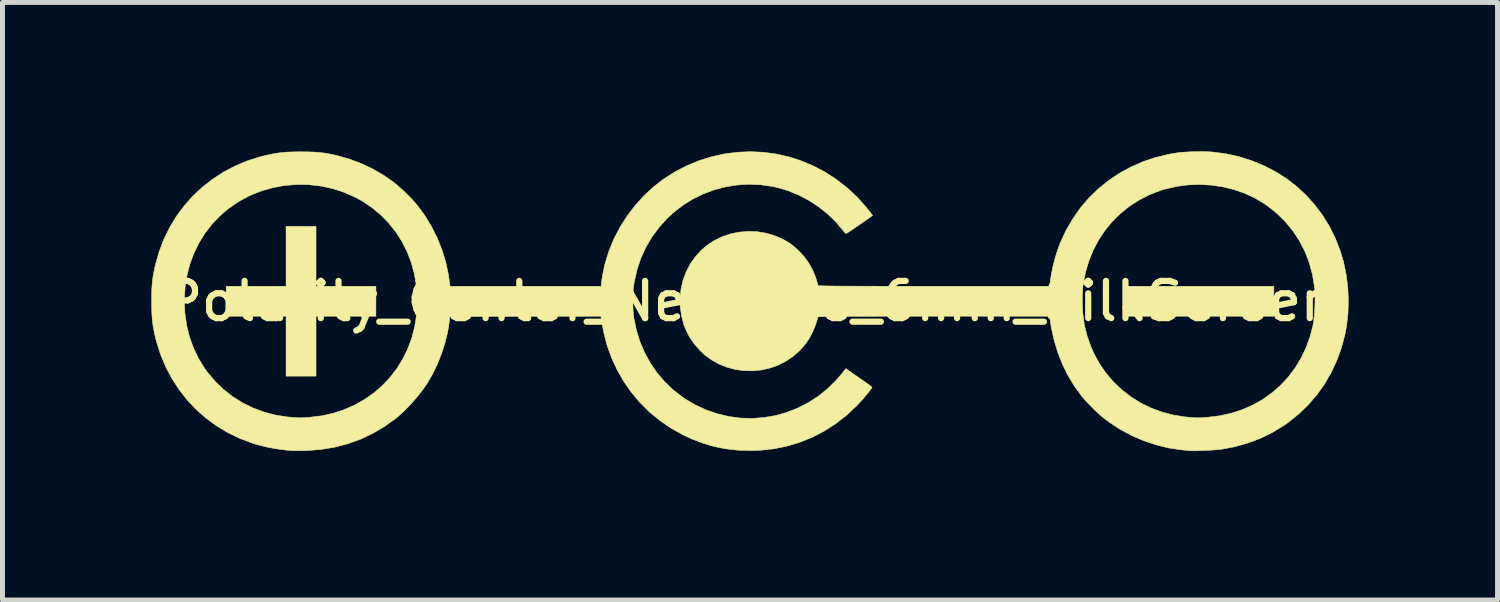
<source format=kicad_pcb>
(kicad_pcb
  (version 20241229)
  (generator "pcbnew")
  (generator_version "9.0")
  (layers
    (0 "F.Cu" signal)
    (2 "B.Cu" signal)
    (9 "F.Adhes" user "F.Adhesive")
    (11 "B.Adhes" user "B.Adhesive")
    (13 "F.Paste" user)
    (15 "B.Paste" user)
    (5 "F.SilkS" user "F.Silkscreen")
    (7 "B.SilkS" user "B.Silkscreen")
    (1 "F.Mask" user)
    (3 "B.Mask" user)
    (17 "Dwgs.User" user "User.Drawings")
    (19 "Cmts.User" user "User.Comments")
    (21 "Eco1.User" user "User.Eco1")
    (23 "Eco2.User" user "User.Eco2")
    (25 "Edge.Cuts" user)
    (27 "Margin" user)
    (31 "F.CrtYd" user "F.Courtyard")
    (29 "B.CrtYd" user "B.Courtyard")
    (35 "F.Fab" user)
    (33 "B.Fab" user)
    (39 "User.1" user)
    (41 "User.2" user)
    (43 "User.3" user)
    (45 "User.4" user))
  (footprint "Polarity_Center_Negative_6mm_SilkScreen"
    (layer "F.Cu")
    (at 12.057 3.02)
    (property "Reference" "Polarity_Center_Negative_6mm_SilkScreen" (at 0 0 0) (layer "F.SilkS") (effects (font (size 0.75 0.75) (thickness 0.125))))
    (attr exclude_from_pos_files exclude_from_bom allow_missing_courtyard)
    (fp_poly (pts (xy 10.562 0.302) (xy 7.545 0.302) (xy 7.545 -0.302) (xy 10.562 -0.302) (xy 10.562 0.302)) (stroke (width 0.01) (type solid)) (fill yes) (layer "F.SilkS"))
    (fp_poly (pts (xy -8.739 -0.302) (xy -7.532 -0.302) (xy -7.532 0.302) (xy -8.739 0.302) (xy -8.739 1.509) (xy -9.343 1.509) (xy -9.343 0.302) (xy -10.55 0.302) (xy -10.55 -0.302) (xy -9.343 -0.302) (xy -9.343 -1.509) (xy -8.739 -1.509) (xy -8.739 -0.302)) (stroke (width 0.01) (type solid)) (fill yes) (layer "F.SilkS"))
    (fp_poly (pts (xy 9.175 -3.015) (xy 9.284 -3.01) (xy 9.337 -3.006) (xy 9.605 -2.97) (xy 9.869 -2.911) (xy 10.125 -2.829) (xy 10.371 -2.727) (xy 10.606 -2.605) (xy 10.827 -2.464) (xy 11.002 -2.329) (xy 11.202 -2.146) (xy 11.382 -1.947) (xy 11.543 -1.733) (xy 11.684 -1.505) (xy 11.803 -1.264) (xy 11.901 -1.012) (xy 11.965 -0.798) (xy 12.018 -0.544) (xy 12.052 -0.282) (xy 12.064 -0.017) (xy 12.056 0.245) (xy 12.027 0.501) (xy 11.995 0.671) (xy 11.923 0.94) (xy 11.83 1.197) (xy 11.715 1.442) (xy 11.581 1.673) (xy 11.426 1.889) (xy 11.252 2.091) (xy 11.06 2.275) (xy 10.85 2.443) (xy 10.762 2.505) (xy 10.53 2.646) (xy 10.288 2.764) (xy 10.035 2.859) (xy 9.771 2.933) (xy 9.515 2.981) (xy 9.451 2.989) (xy 9.371 2.996) (xy 9.282 3.002) (xy 9.188 3.008) (xy 9.095 3.011) (xy 9.008 3.014) (xy 8.933 3.014) (xy 8.874 3.012) (xy 8.852 3.011) (xy 8.821 3.007) (xy 8.773 3.002) (xy 8.714 2.996) (xy 8.676 2.992) (xy 8.428 2.954) (xy 8.179 2.892) (xy 7.933 2.809) (xy 7.695 2.706) (xy 7.466 2.583) (xy 7.252 2.443) (xy 7.123 2.345) (xy 7.041 2.274) (xy 6.951 2.191) (xy 6.861 2.1) (xy 6.775 2.011) (xy 6.703 1.928) (xy 6.694 1.918) (xy 6.548 1.719) (xy 6.417 1.503) (xy 6.303 1.273) (xy 6.208 1.031) (xy 6.132 0.78) (xy 6.077 0.523) (xy 6.066 0.456) (xy 6.044 0.302) (xy 3.713 0.302) (xy 3.419 0.302) (xy 3.148 0.302) (xy 2.901 0.302) (xy 2.677 0.302) (xy 2.474 0.303) (xy 2.291 0.303) (xy 2.129 0.304) (xy 1.985 0.304) (xy 1.859 0.305) (xy 1.749 0.306) (xy 1.656 0.307) (xy 1.578 0.308) (xy 1.515 0.309) (xy 1.464 0.31) (xy 1.426 0.312) (xy 1.4 0.313) (xy 1.384 0.315) (xy 1.378 0.317) (xy 1.378 0.318) (xy 1.327 0.476) (xy 1.271 0.615) (xy 1.207 0.737) (xy 1.133 0.848) (xy 1.046 0.953) (xy 1.007 0.994) (xy 0.871 1.113) (xy 0.724 1.212) (xy 0.567 1.291) (xy 0.402 1.349) (xy 0.232 1.386) (xy 0.058 1.403) (xy -0.115 1.399) (xy -0.288 1.375) (xy -0.456 1.331) (xy -0.618 1.266) (xy -0.772 1.18) (xy -0.915 1.074) (xy -0.997 0.997) (xy -1.119 0.858) (xy -1.218 0.712) (xy -1.295 0.557) (xy -1.327 0.473) (xy -1.375 0.291) (xy -1.4 0.108) (xy -1.402 0.004) (xy 6.702 0.004) (xy 6.713 0.248) (xy 6.745 0.48) (xy 6.8 0.704) (xy 6.878 0.922) (xy 6.935 1.05) (xy 7.048 1.258) (xy 7.181 1.45) (xy 7.331 1.626) (xy 7.498 1.785) (xy 7.681 1.926) (xy 7.877 2.048) (xy 8.086 2.151) (xy 8.306 2.233) (xy 8.536 2.293) (xy 8.775 2.331) (xy 8.915 2.343) (xy 8.96 2.346) (xy 9 2.348) (xy 9.016 2.349) (xy 9.04 2.349) (xy 9.083 2.347) (xy 9.14 2.344) (xy 9.205 2.34) (xy 9.219 2.339) (xy 9.466 2.309) (xy 9.703 2.257) (xy 9.929 2.183) (xy 10.143 2.089) (xy 10.343 1.975) (xy 10.53 1.841) (xy 10.702 1.69) (xy 10.857 1.522) (xy 10.995 1.337) (xy 11.115 1.137) (xy 11.216 0.923) (xy 11.297 0.695) (xy 11.349 0.49) (xy 11.365 0.396) (xy 11.377 0.284) (xy 11.386 0.16) (xy 11.391 0.033) (xy 11.392 -0.091) (xy 11.388 -0.205) (xy 11.38 -0.298) (xy 11.338 -0.545) (xy 11.274 -0.779) (xy 11.188 -1.002) (xy 11.08 -1.212) (xy 10.952 -1.409) (xy 10.803 -1.592) (xy 10.634 -1.76) (xy 10.445 -1.913) (xy 10.361 -1.971) (xy 10.169 -2.085) (xy 9.963 -2.179) (xy 9.747 -2.253) (xy 9.522 -2.307) (xy 9.291 -2.34) (xy 9.058 -2.352) (xy 8.824 -2.343) (xy 8.592 -2.312) (xy 8.366 -2.259) (xy 8.274 -2.231) (xy 8.05 -2.144) (xy 7.841 -2.036) (xy 7.645 -1.909) (xy 7.465 -1.764) (xy 7.302 -1.601) (xy 7.156 -1.423) (xy 7.028 -1.23) (xy 6.92 -1.024) (xy 6.832 -0.805) (xy 6.765 -0.575) (xy 6.72 -0.335) (xy 6.715 -0.302) (xy 6.711 -0.25) (xy 6.707 -0.181) (xy 6.704 -0.103) (xy 6.702 -0.023) (xy 6.702 0.004) (xy -1.402 0.004) (xy -1.403 -0.074) (xy -1.383 -0.253) (xy -1.342 -0.427) (xy -1.28 -0.594) (xy -1.198 -0.751) (xy -1.096 -0.896) (xy -0.976 -1.028) (xy -0.864 -1.124) (xy -0.713 -1.223) (xy -0.551 -1.302) (xy -0.381 -1.359) (xy -0.205 -1.394) (xy -0.025 -1.408) (xy 0.154 -1.401) (xy 0.332 -1.371) (xy 0.506 -1.32) (xy 0.673 -1.247) (xy 0.811 -1.166) (xy 0.853 -1.135) (xy 0.904 -1.092) (xy 0.957 -1.045) (xy 0.99 -1.014) (xy 1.099 -0.897) (xy 1.19 -0.771) (xy 1.267 -0.632) (xy 1.33 -0.478) (xy 1.378 -0.318) (xy 1.383 -0.316) (xy 1.398 -0.314) (xy 1.423 -0.312) (xy 1.459 -0.311) (xy 1.508 -0.309) (xy 1.57 -0.308) (xy 1.646 -0.307) (xy 1.737 -0.306) (xy 1.845 -0.305) (xy 1.969 -0.304) (xy 2.11 -0.304) (xy 2.271 -0.303) (xy 2.451 -0.303) (xy 2.651 -0.302) (xy 2.873 -0.302) (xy 3.117 -0.302) (xy 3.384 -0.302) (xy 3.676 -0.302) (xy 6.046 -0.302) (xy 6.054 -0.38) (xy 6.077 -0.538) (xy 6.112 -0.707) (xy 6.157 -0.879) (xy 6.208 -1.044) (xy 6.257 -1.174) (xy 6.371 -1.422) (xy 6.506 -1.655) (xy 6.659 -1.873) (xy 6.83 -2.075) (xy 7.018 -2.259) (xy 7.221 -2.425) (xy 7.44 -2.573) (xy 7.672 -2.701) (xy 7.917 -2.809) (xy 8.173 -2.896) (xy 8.44 -2.961) (xy 8.593 -2.987) (xy 8.689 -2.999) (xy 8.803 -3.007) (xy 8.927 -3.013) (xy 9.053 -3.015) (xy 9.175 -3.015)) (stroke (width 0.01) (type solid)) (fill yes) (layer "F.SilkS"))
    (fp_poly (pts (xy 0.284 -3.001) (xy 0.547 -2.965) (xy 0.807 -2.905) (xy 1.012 -2.839) (xy 1.268 -2.734) (xy 1.512 -2.606) (xy 1.744 -2.457) (xy 1.961 -2.288) (xy 2.163 -2.1) (xy 2.349 -1.893) (xy 2.443 -1.772) (xy 2.477 -1.727) (xy 2.217 -1.546) (xy 2.145 -1.496) (xy 2.079 -1.452) (xy 2.023 -1.414) (xy 1.98 -1.386) (xy 1.951 -1.369) (xy 1.941 -1.364) (xy 1.927 -1.374) (xy 1.903 -1.398) (xy 1.876 -1.432) (xy 1.733 -1.602) (xy 1.57 -1.759) (xy 1.391 -1.902) (xy 1.198 -2.028) (xy 0.995 -2.136) (xy 0.783 -2.224) (xy 0.568 -2.289) (xy 0.458 -2.313) (xy 0.217 -2.347) (xy -0.023 -2.356) (xy -0.261 -2.341) (xy -0.494 -2.303) (xy -0.722 -2.242) (xy -0.943 -2.159) (xy -1.154 -2.055) (xy -1.354 -1.929) (xy -1.542 -1.782) (xy -1.66 -1.672) (xy -1.826 -1.49) (xy -1.969 -1.296) (xy -2.091 -1.09) (xy -2.191 -0.872) (xy -2.268 -0.641) (xy -2.324 -0.398) (xy -2.334 -0.34) (xy -2.346 -0.243) (xy -2.352 -0.129) (xy -2.355 -0.007) (xy -2.353 0.115) (xy -2.347 0.229) (xy -2.336 0.328) (xy -2.334 0.338) (xy -2.284 0.58) (xy -2.212 0.813) (xy -2.118 1.035) (xy -2.003 1.244) (xy -1.869 1.44) (xy -1.716 1.62) (xy -1.545 1.784) (xy -1.356 1.931) (xy -1.308 1.964) (xy -1.098 2.088) (xy -0.88 2.189) (xy -0.654 2.267) (xy -0.423 2.322) (xy -0.189 2.354) (xy 0.047 2.361) (xy 0.283 2.344) (xy 0.518 2.304) (xy 0.735 2.244) (xy 0.963 2.155) (xy 1.178 2.045) (xy 1.381 1.915) (xy 1.569 1.764) (xy 1.741 1.595) (xy 1.845 1.474) (xy 1.938 1.357) (xy 1.997 1.399) (xy 2.026 1.42) (xy 2.071 1.451) (xy 2.128 1.491) (xy 2.193 1.536) (xy 2.26 1.583) (xy 2.323 1.627) (xy 2.378 1.666) (xy 2.422 1.698) (xy 2.451 1.72) (xy 2.464 1.732) (xy 2.465 1.732) (xy 2.457 1.749) (xy 2.434 1.781) (xy 2.401 1.825) (xy 2.359 1.877) (xy 2.311 1.934) (xy 2.261 1.993) (xy 2.21 2.049) (xy 2.162 2.1) (xy 2.144 2.118) (xy 1.941 2.307) (xy 1.724 2.474) (xy 1.496 2.62) (xy 1.257 2.743) (xy 1.009 2.843) (xy 0.751 2.92) (xy 0.486 2.974) (xy 0.214 3.004) (xy 0.013 3.01) (xy -0.244 3.001) (xy -0.486 2.974) (xy -0.719 2.927) (xy -0.947 2.86) (xy -1.175 2.772) (xy -1.349 2.691) (xy -1.587 2.558) (xy -1.811 2.404) (xy -2.02 2.232) (xy -2.212 2.041) (xy -2.386 1.834) (xy -2.541 1.611) (xy -2.676 1.374) (xy -2.789 1.127) (xy -2.878 0.876) (xy -2.944 0.619) (xy -2.97 0.477) (xy -2.998 0.302) (xy -6.042 0.308) (xy -6.051 0.396) (xy -6.084 0.609) (xy -6.137 0.829) (xy -6.207 1.05) (xy -6.292 1.265) (xy -6.39 1.469) (xy -6.494 1.647) (xy -6.592 1.789) (xy -6.704 1.931) (xy -6.825 2.07) (xy -6.95 2.199) (xy -7.074 2.313) (xy -7.133 2.362) (xy -7.359 2.524) (xy -7.594 2.663) (xy -7.838 2.778) (xy -8.093 2.871) (xy -8.357 2.94) (xy -8.631 2.986) (xy -8.914 3.009) (xy -8.972 3.01) (xy -9.049 3.012) (xy -9.12 3.012) (xy -9.181 3.012) (xy -9.227 3.012) (xy -9.248 3.01) (xy -9.419 2.991) (xy -9.571 2.969) (xy -9.71 2.943) (xy -9.843 2.912) (xy -9.976 2.874) (xy -10.041 2.853) (xy -10.291 2.758) (xy -10.529 2.641) (xy -10.754 2.504) (xy -10.965 2.349) (xy -11.161 2.175) (xy -11.34 1.984) (xy -11.501 1.777) (xy -11.644 1.556) (xy -11.768 1.322) (xy -11.871 1.075) (xy -11.953 0.817) (xy -11.97 0.752) (xy -11.995 0.641) (xy -12.015 0.541) (xy -12.03 0.446) (xy -12.041 0.351) (xy -12.047 0.249) (xy -12.051 0.134) (xy -12.052 0) (xy -12.052 -0.006) (xy -11.392 -0.006) (xy -11.381 0.243) (xy -11.346 0.486) (xy -11.288 0.719) (xy -11.208 0.942) (xy -11.106 1.155) (xy -10.982 1.356) (xy -10.929 1.429) (xy -10.776 1.61) (xy -10.607 1.774) (xy -10.423 1.918) (xy -10.225 2.043) (xy -10.015 2.148) (xy -9.794 2.231) (xy -9.565 2.292) (xy -9.33 2.33) (xy -9.236 2.338) (xy -9.177 2.342) (xy -9.126 2.346) (xy -9.088 2.348) (xy -9.072 2.349) (xy -9.051 2.349) (xy -9.01 2.347) (xy -8.955 2.344) (xy -8.89 2.34) (xy -8.872 2.339) (xy -8.627 2.309) (xy -8.393 2.257) (xy -8.169 2.184) (xy -7.956 2.09) (xy -7.757 1.977) (xy -7.571 1.846) (xy -7.401 1.698) (xy -7.246 1.533) (xy -7.108 1.354) (xy -6.989 1.16) (xy -6.888 0.954) (xy -6.808 0.735) (xy -6.749 0.505) (xy -6.712 0.266) (xy -6.704 0.17) (xy -6.699 -0.079) (xy -6.718 -0.322) (xy -6.759 -0.557) (xy -6.821 -0.784) (xy -6.905 -1) (xy -7.009 -1.206) (xy -7.133 -1.399) (xy -7.276 -1.578) (xy -7.437 -1.742) (xy -7.616 -1.89) (xy -7.812 -2.021) (xy -7.966 -2.104) (xy -8.185 -2.199) (xy -8.412 -2.272) (xy -8.646 -2.321) (xy -8.883 -2.348) (xy -9.122 -2.352) (xy -9.361 -2.333) (xy -9.596 -2.292) (xy -9.826 -2.227) (xy -10.048 -2.14) (xy -10.094 -2.119) (xy -10.304 -2.005) (xy -10.497 -1.872) (xy -10.674 -1.722) (xy -10.833 -1.555) (xy -10.974 -1.374) (xy -11.096 -1.178) (xy -11.198 -0.97) (xy -11.28 -0.751) (xy -11.339 -0.522) (xy -11.377 -0.285) (xy -11.392 -0.039) (xy -11.392 -0.006) (xy -12.052 -0.006) (xy -12.051 -0.134) (xy -12.048 -0.249) (xy -12.041 -0.351) (xy -12.031 -0.446) (xy -12.016 -0.541) (xy -11.996 -0.641) (xy -11.975 -0.736) (xy -11.901 -0.997) (xy -11.805 -1.248) (xy -11.688 -1.486) (xy -11.551 -1.712) (xy -11.395 -1.922) (xy -11.222 -2.118) (xy -11.031 -2.297) (xy -10.825 -2.458) (xy -10.605 -2.602) (xy -10.37 -2.725) (xy -10.123 -2.829) (xy -9.865 -2.91) (xy -9.745 -2.94) (xy -9.642 -2.962) (xy -9.55 -2.98) (xy -9.465 -2.992) (xy -9.379 -3.001) (xy -9.288 -3.007) (xy -9.184 -3.01) (xy -9.063 -3.011) (xy -9.035 -3.011) (xy -8.9 -3.01) (xy -8.784 -3.006) (xy -8.681 -2.999) (xy -8.584 -2.988) (xy -8.486 -2.972) (xy -8.383 -2.951) (xy -8.312 -2.935) (xy -8.067 -2.865) (xy -7.825 -2.774) (xy -7.591 -2.663) (xy -7.37 -2.534) (xy -7.178 -2.399) (xy -7.087 -2.324) (xy -6.988 -2.236) (xy -6.889 -2.141) (xy -6.796 -2.045) (xy -6.716 -1.954) (xy -6.696 -1.93) (xy -6.545 -1.725) (xy -6.411 -1.504) (xy -6.295 -1.272) (xy -6.199 -1.031) (xy -6.124 -0.786) (xy -6.072 -0.54) (xy -6.061 -0.465) (xy -6.054 -0.413) (xy -6.047 -0.367) (xy -6.042 -0.335) (xy -6.041 -0.33) (xy -6.035 -0.302) (xy -2.993 -0.302) (xy -2.993 -0.332) (xy -2.99 -0.364) (xy -2.983 -0.415) (xy -2.972 -0.48) (xy -2.959 -0.553) (xy -2.944 -0.627) (xy -2.929 -0.699) (xy -2.914 -0.761) (xy -2.911 -0.772) (xy -2.834 -1.02) (xy -2.733 -1.263) (xy -2.61 -1.497) (xy -2.468 -1.721) (xy -2.306 -1.932) (xy -2.127 -2.129) (xy -1.932 -2.309) (xy -1.735 -2.462) (xy -1.507 -2.607) (xy -1.269 -2.731) (xy -1.022 -2.833) (xy -0.768 -2.912) (xy -0.508 -2.969) (xy -0.245 -3.003) (xy 0.019 -3.014) (xy 0.284 -3.001)) (stroke (width 0.01) (type solid)) (fill yes) (layer "F.SilkS")))
  (gr_rect
    (start -3 -3)
    (end 27.126 9.04)
    (stroke (width 0.1) (type default))
    (fill no)
    (layer "Edge.Cuts")))
</source>
